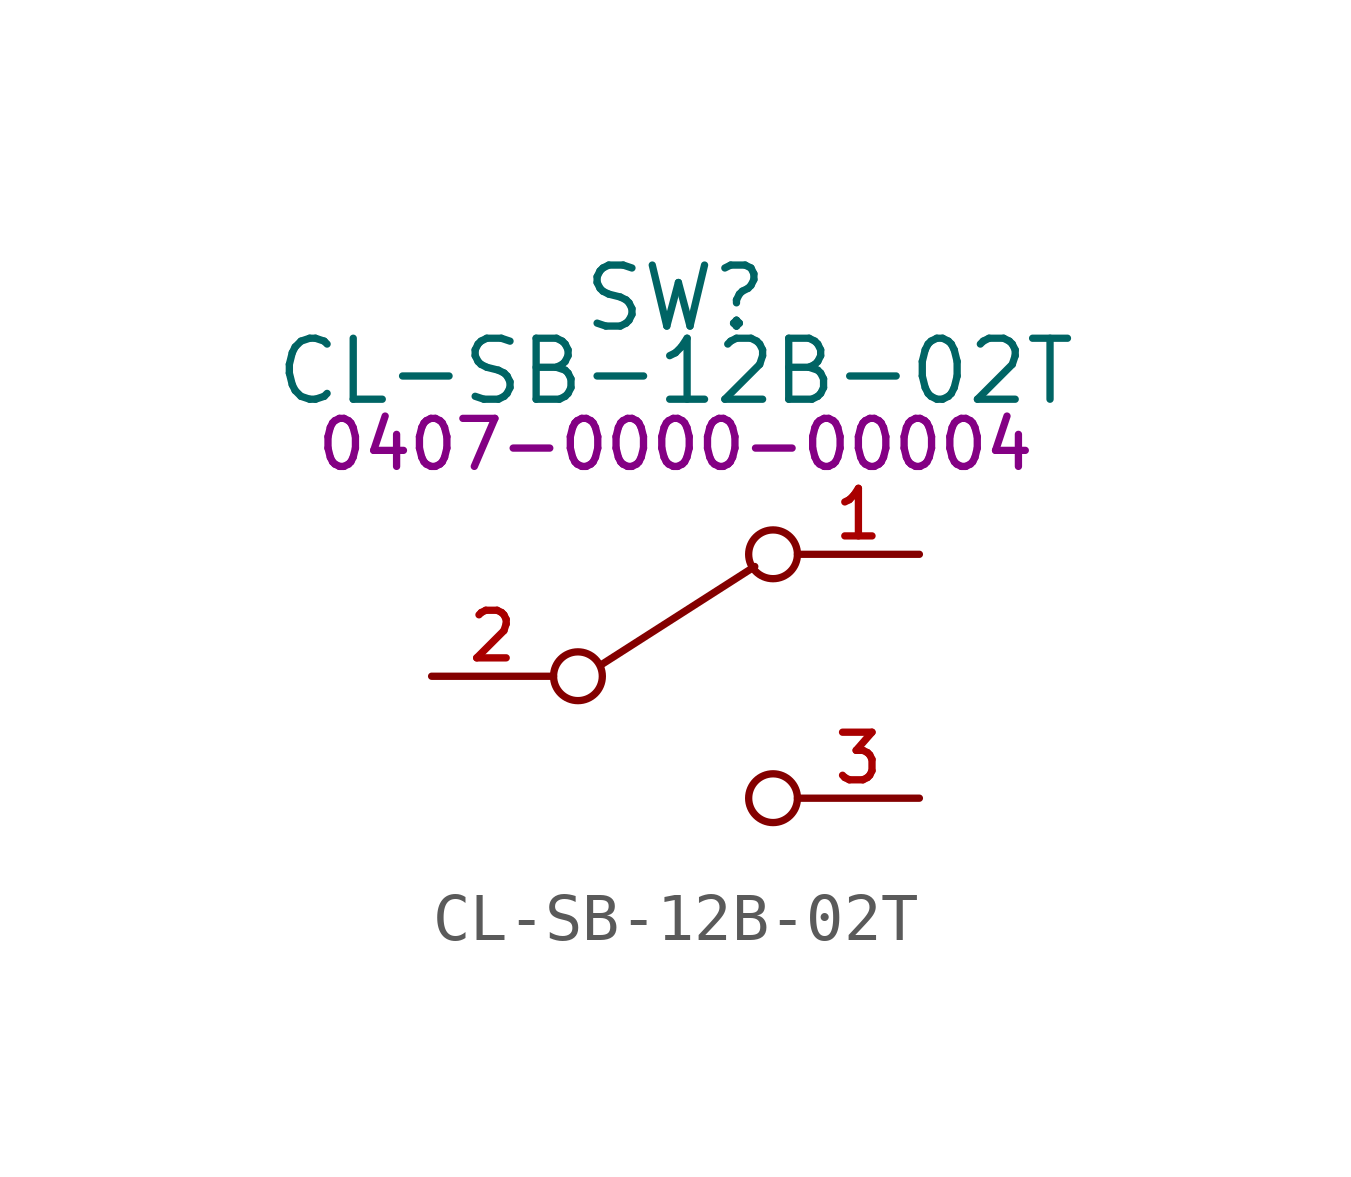
<source format=kicad_sym>
(kicad_symbol_lib
  (version 20231120)
  (generator "kicad_symbol_editor")
  (generator_version "8.0")
  (symbol "CL-SB-12B-02T"
    (pin_names hide)
    (property "Reference" "SW"
      (at 0 7.874 0)
      (effects (font (size 1.27 1.27))))
    (property "Value" "CL-SB-12B-02T"
      (at 0 6.35 0)
      (effects (font (size 1.27 1.27))))
    (property "PartNumber" "0407-0000-00004"
      (at 0 4.826 0)
      (effects (font (size 1 1))))
    (symbol "CL-SB-12B-02T_0_0"
      (circle (center -2.032 0) (radius 0.508) (stroke (width 0) (type default)) (fill (type none)))
      (circle (center 2.032 -2.54) (radius 0.508) (stroke (width 0) (type default)) (fill (type none)))
      (pin passive line (at 5.08 2.54 180) (length 2.54) (name "A" (effects (font (size 1.27 1.27)))) (number "1" (effects (font (size 0.991 0.991)))))
      (pin passive line (at -5.08 0 0) (length 2.54) (name "COM" (effects (font (size 1.27 1.27)))) (number "2" (effects (font (size 0.991 0.991)))))
      (pin passive line (at 5.08 -2.54 180) (length 2.54) (name "B" (effects (font (size 1.27 1.27)))) (number "3" (effects (font (size 0.991 0.991))))))
    (symbol "CL-SB-12B-02T_0_1"
      (polyline (pts (xy -1.524 0.254) (xy 1.651 2.286)) (stroke (width 0) (type default)) (fill (type none)))
      (circle (center 2.032 2.54) (radius 0.508) (stroke (width 0) (type default)) (fill (type none))))))
</source>
